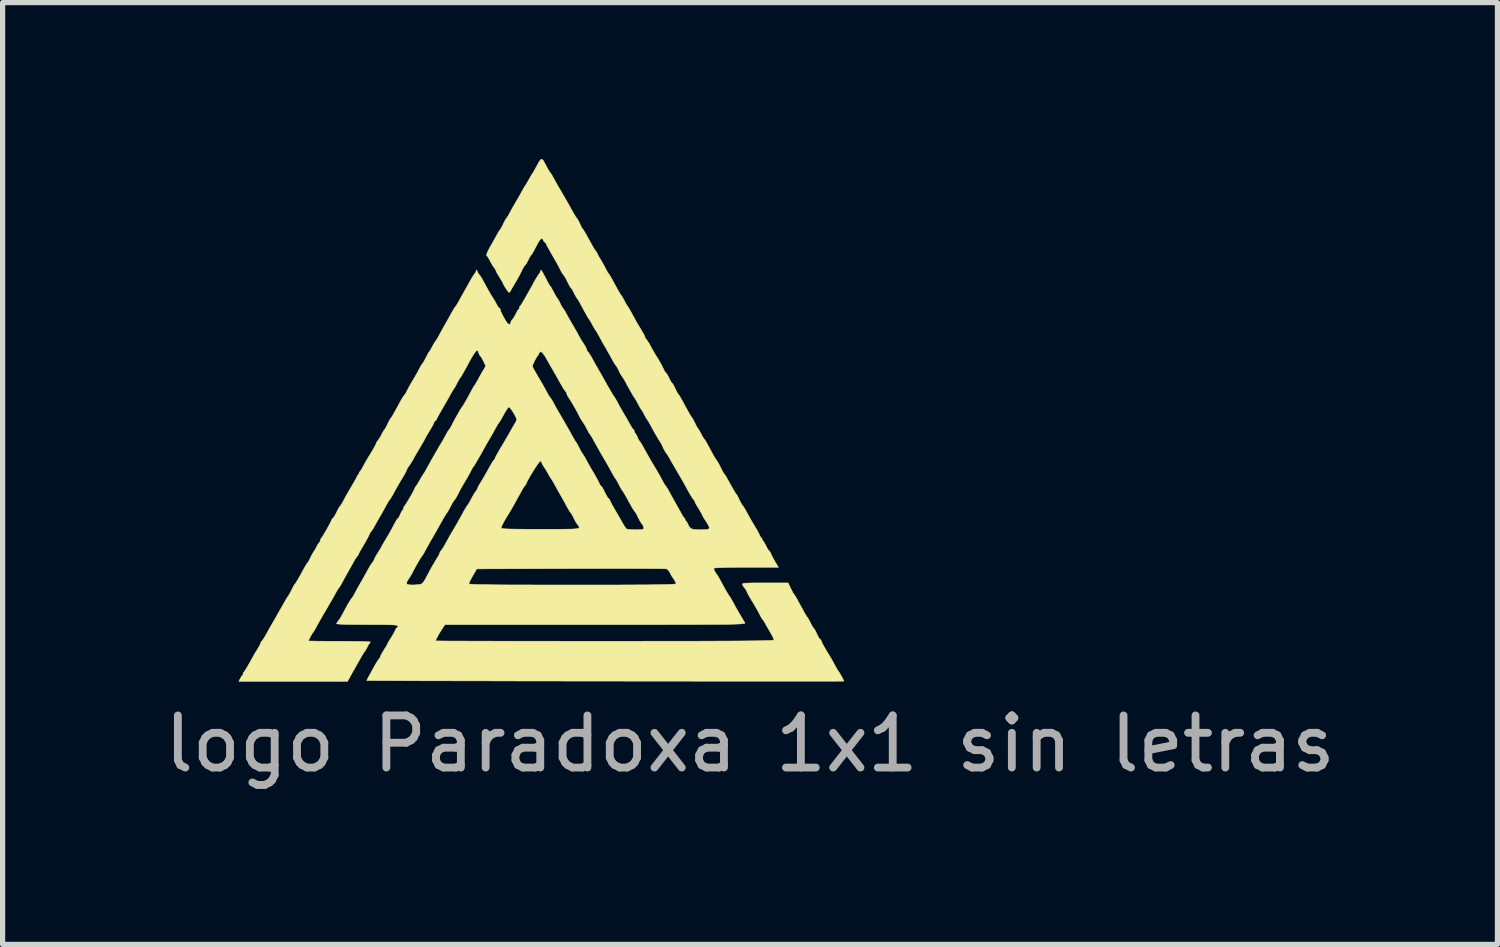
<source format=kicad_pcb>
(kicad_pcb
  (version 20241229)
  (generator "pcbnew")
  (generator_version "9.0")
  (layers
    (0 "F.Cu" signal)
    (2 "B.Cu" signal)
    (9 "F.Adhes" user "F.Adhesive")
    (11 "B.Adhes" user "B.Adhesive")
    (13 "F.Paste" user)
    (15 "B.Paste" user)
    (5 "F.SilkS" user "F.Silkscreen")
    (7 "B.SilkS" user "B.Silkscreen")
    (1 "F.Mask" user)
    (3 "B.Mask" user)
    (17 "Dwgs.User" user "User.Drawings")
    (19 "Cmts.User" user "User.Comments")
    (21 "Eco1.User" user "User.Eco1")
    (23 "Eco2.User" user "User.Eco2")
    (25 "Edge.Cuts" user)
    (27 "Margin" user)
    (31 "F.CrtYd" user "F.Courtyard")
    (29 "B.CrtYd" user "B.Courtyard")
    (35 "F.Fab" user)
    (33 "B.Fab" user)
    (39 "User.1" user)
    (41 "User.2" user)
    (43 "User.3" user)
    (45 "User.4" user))
  (footprint "logo Paradoxa 1x1 sin letras"
    (layer "F.Cu")
    (at 7.364 5.096)
    (property "Reference" "logo Paradoxa 1x1 sin letras" (at 3.975 6.125 0) (layer "F.Fab") (effects (font (size 1 1) (thickness 0.15))))
    (attr through_hole)
    (fp_poly (pts (xy 0.009 -5.066) (xy 0.043 -5.006) (xy 0.074 -4.946) (xy 0.105 -4.889) (xy 0.13 -4.849) (xy 0.14 -4.836) (xy 0.157 -4.814) (xy 0.185 -4.768) (xy 0.208 -4.726) (xy 0.245 -4.658) (xy 0.28 -4.595) (xy 0.296 -4.569) (xy 0.382 -4.421) (xy 0.458 -4.29) (xy 0.52 -4.18) (xy 0.566 -4.098) (xy 0.571 -4.088) (xy 0.605 -4.029) (xy 0.634 -3.983) (xy 0.647 -3.966) (xy 0.669 -3.935) (xy 0.697 -3.882) (xy 0.71 -3.855) (xy 0.735 -3.801) (xy 0.755 -3.765) (xy 0.762 -3.757) (xy 0.773 -3.744) (xy 0.792 -3.714) (xy 0.822 -3.663) (xy 0.865 -3.586) (xy 0.925 -3.478) (xy 0.936 -3.457) (xy 0.973 -3.393) (xy 1.003 -3.345) (xy 1.022 -3.321) (xy 1.023 -3.321) (xy 1.039 -3.298) (xy 1.039 -3.295) (xy 1.049 -3.269) (xy 1.075 -3.222) (xy 1.093 -3.192) (xy 1.135 -3.122) (xy 1.18 -3.041) (xy 1.197 -3.008) (xy 1.226 -2.951) (xy 1.25 -2.91) (xy 1.26 -2.898) (xy 1.276 -2.876) (xy 1.304 -2.83) (xy 1.331 -2.782) (xy 1.372 -2.707) (xy 1.413 -2.631) (xy 1.433 -2.594) (xy 1.466 -2.537) (xy 1.495 -2.491) (xy 1.503 -2.481) (xy 1.528 -2.443) (xy 1.559 -2.387) (xy 1.569 -2.368) (xy 1.595 -2.317) (xy 1.616 -2.284) (xy 1.621 -2.278) (xy 1.636 -2.256) (xy 1.664 -2.21) (xy 1.691 -2.162) (xy 1.744 -2.065) (xy 1.784 -1.991) (xy 1.82 -1.929) (xy 1.857 -1.868) (xy 1.887 -1.818) (xy 1.923 -1.757) (xy 1.949 -1.708) (xy 1.958 -1.682) (xy 1.971 -1.652) (xy 1.986 -1.634) (xy 2.011 -1.601) (xy 2.045 -1.547) (xy 2.066 -1.507) (xy 2.1 -1.444) (xy 2.131 -1.391) (xy 2.143 -1.369) (xy 2.226 -1.235) (xy 2.284 -1.132) (xy 2.317 -1.064) (xy 2.338 -1.021) (xy 2.355 -1) (xy 2.357 -0.999) (xy 2.373 -0.983) (xy 2.398 -0.94) (xy 2.418 -0.899) (xy 2.446 -0.844) (xy 2.468 -0.808) (xy 2.477 -0.799) (xy 2.491 -0.783) (xy 2.515 -0.74) (xy 2.538 -0.694) (xy 2.566 -0.636) (xy 2.59 -0.594) (xy 2.601 -0.579) (xy 2.609 -0.571) (xy 2.622 -0.551) (xy 2.643 -0.515) (xy 2.675 -0.458) (xy 2.72 -0.376) (xy 2.781 -0.265) (xy 2.789 -0.25) (xy 2.821 -0.194) (xy 2.846 -0.153) (xy 2.857 -0.14) (xy 2.872 -0.118) (xy 2.898 -0.071) (xy 2.918 -0.03) (xy 2.946 0.027) (xy 2.969 0.068) (xy 2.979 0.08) (xy 2.995 0.102) (xy 3.021 0.148) (xy 3.038 0.18) (xy 3.066 0.234) (xy 3.09 0.271) (xy 3.098 0.28) (xy 3.114 0.301) (xy 3.142 0.348) (xy 3.177 0.411) (xy 3.18 0.416) (xy 3.233 0.516) (xy 3.272 0.587) (xy 3.3 0.636) (xy 3.321 0.668) (xy 3.338 0.69) (xy 3.36 0.725) (xy 3.391 0.782) (xy 3.412 0.825) (xy 3.44 0.883) (xy 3.464 0.925) (xy 3.475 0.939) (xy 3.492 0.961) (xy 3.521 1.007) (xy 3.55 1.059) (xy 3.617 1.18) (xy 3.667 1.267) (xy 3.699 1.32) (xy 3.715 1.339) (xy 3.73 1.362) (xy 3.754 1.408) (xy 3.767 1.437) (xy 3.795 1.494) (xy 3.821 1.537) (xy 3.829 1.548) (xy 3.851 1.578) (xy 3.883 1.63) (xy 3.906 1.67) (xy 3.963 1.775) (xy 4.013 1.863) (xy 4.067 1.953) (xy 4.089 1.99) (xy 4.126 2.053) (xy 4.154 2.108) (xy 4.166 2.135) (xy 4.184 2.169) (xy 4.199 2.178) (xy 4.21 2.191) (xy 4.207 2.198) (xy 4.206 2.217) (xy 4.212 2.218) (xy 4.23 2.235) (xy 4.256 2.278) (xy 4.277 2.318) (xy 4.305 2.373) (xy 4.328 2.409) (xy 4.338 2.418) (xy 4.355 2.435) (xy 4.374 2.473) (xy 4.395 2.521) (xy 4.43 2.585) (xy 4.457 2.633) (xy 4.52 2.738) (xy 3.899 2.738) (xy 3.702 2.738) (xy 3.542 2.74) (xy 3.418 2.744) (xy 3.333 2.748) (xy 3.287 2.754) (xy 3.277 2.758) (xy 3.287 2.791) (xy 3.31 2.836) (xy 3.334 2.872) (xy 3.34 2.878) (xy 3.355 2.899) (xy 3.382 2.946) (xy 3.416 3.008) (xy 3.467 3.102) (xy 3.516 3.189) (xy 3.557 3.258) (xy 3.587 3.302) (xy 3.591 3.307) (xy 3.609 3.336) (xy 3.637 3.386) (xy 3.654 3.417) (xy 3.689 3.482) (xy 3.737 3.568) (xy 3.791 3.66) (xy 3.842 3.746) (xy 3.876 3.802) (xy 3.878 3.807) (xy 3.875 3.811) (xy 3.866 3.815) (xy 3.849 3.819) (xy 3.822 3.822) (xy 3.782 3.824) (xy 3.729 3.827) (xy 3.66 3.829) (xy 3.574 3.831) (xy 3.468 3.832) (xy 3.34 3.833) (xy 3.189 3.834) (xy 3.013 3.835) (xy 2.81 3.836) (xy 2.577 3.836) (xy 2.314 3.837) (xy 2.018 3.837) (xy 1.687 3.837) (xy 1.32 3.837) (xy 1.011 3.837) (xy -1.877 3.837) (xy -1.934 3.922) (xy -1.97 3.979) (xy -2.007 4.041) (xy -2.037 4.098) (xy -2.056 4.139) (xy -2.058 4.15) (xy -2.039 4.151) (xy -1.981 4.151) (xy -1.888 4.152) (xy -1.761 4.153) (xy -1.602 4.153) (xy -1.415 4.154) (xy -1.199 4.154) (xy -0.958 4.155) (xy -0.695 4.155) (xy -0.41 4.156) (xy -0.106 4.156) (xy 0.215 4.156) (xy 0.55 4.157) (xy 0.899 4.157) (xy 1.189 4.157) (xy 1.626 4.157) (xy 2.024 4.156) (xy 2.386 4.156) (xy 2.712 4.156) (xy 3.004 4.155) (xy 3.264 4.154) (xy 3.493 4.153) (xy 3.693 4.152) (xy 3.866 4.151) (xy 4.012 4.149) (xy 4.134 4.148) (xy 4.233 4.146) (xy 4.31 4.143) (xy 4.368 4.141) (xy 4.407 4.138) (xy 4.429 4.135) (xy 4.436 4.132) (xy 4.426 4.102) (xy 4.402 4.051) (xy 4.377 4.007) (xy 4.335 3.934) (xy 4.293 3.859) (xy 4.275 3.827) (xy 4.246 3.777) (xy 4.223 3.743) (xy 4.218 3.737) (xy 4.201 3.715) (xy 4.175 3.669) (xy 4.159 3.637) (xy 4.128 3.578) (xy 4.083 3.5) (xy 4.033 3.415) (xy 4.016 3.387) (xy 3.973 3.315) (xy 3.939 3.255) (xy 3.92 3.216) (xy 3.917 3.206) (xy 3.905 3.177) (xy 3.881 3.146) (xy 3.848 3.103) (xy 3.832 3.073) (xy 3.83 3.061) (xy 3.837 3.053) (xy 3.857 3.046) (xy 3.896 3.042) (xy 3.958 3.04) (xy 4.047 3.038) (xy 4.169 3.038) (xy 4.263 3.038) (xy 4.707 3.038) (xy 4.756 3.143) (xy 4.785 3.201) (xy 4.808 3.243) (xy 4.819 3.258) (xy 4.827 3.266) (xy 4.84 3.286) (xy 4.862 3.322) (xy 4.893 3.379) (xy 4.938 3.461) (xy 4.999 3.572) (xy 5.007 3.587) (xy 5.039 3.643) (xy 5.064 3.684) (xy 5.075 3.697) (xy 5.091 3.72) (xy 5.116 3.766) (xy 5.134 3.802) (xy 5.163 3.858) (xy 5.188 3.897) (xy 5.198 3.908) (xy 5.215 3.931) (xy 5.241 3.98) (xy 5.258 4.018) (xy 5.285 4.073) (xy 5.307 4.109) (xy 5.317 4.117) (xy 5.335 4.133) (xy 5.347 4.162) (xy 5.362 4.197) (xy 5.392 4.253) (xy 5.438 4.333) (xy 5.503 4.441) (xy 5.531 4.486) (xy 5.554 4.527) (xy 5.586 4.586) (xy 5.608 4.626) (xy 5.639 4.683) (xy 5.664 4.723) (xy 5.674 4.736) (xy 5.689 4.757) (xy 5.713 4.799) (xy 5.741 4.849) (xy 5.764 4.894) (xy 5.775 4.92) (xy 5.775 4.922) (xy 5.756 4.922) (xy 5.698 4.922) (xy 5.604 4.923) (xy 5.475 4.923) (xy 5.313 4.923) (xy 5.12 4.923) (xy 4.897 4.923) (xy 4.647 4.923) (xy 4.372 4.923) (xy 4.072 4.923) (xy 3.75 4.923) (xy 3.407 4.923) (xy 3.046 4.923) (xy 2.667 4.922) (xy 2.274 4.922) (xy 1.866 4.922) (xy 1.448 4.921) (xy 1.199 4.921) (xy 0.774 4.921) (xy 0.36 4.92) (xy -0.041 4.919) (xy -0.429 4.919) (xy -0.8 4.918) (xy -1.154 4.917) (xy -1.488 4.917) (xy -1.802 4.916) (xy -2.092 4.915) (xy -2.357 4.915) (xy -2.595 4.914) (xy -2.806 4.913) (xy -2.986 4.912) (xy -3.134 4.912) (xy -3.249 4.911) (xy -3.328 4.91) (xy -3.371 4.91) (xy -3.377 4.909) (xy -3.368 4.889) (xy -3.346 4.846) (xy -3.328 4.814) (xy -3.288 4.742) (xy -3.244 4.661) (xy -3.226 4.628) (xy -3.191 4.568) (xy -3.16 4.519) (xy -3.145 4.501) (xy -3.122 4.469) (xy -3.118 4.454) (xy -3.107 4.428) (xy -3.081 4.38) (xy -3.048 4.325) (xy -3.012 4.267) (xy -2.986 4.223) (xy -2.978 4.203) (xy -2.967 4.181) (xy -2.941 4.137) (xy -2.91 4.089) (xy -2.872 4.026) (xy -2.841 3.97) (xy -2.829 3.942) (xy -2.811 3.907) (xy -2.796 3.897) (xy -2.78 3.881) (xy -2.778 3.867) (xy -2.782 3.858) (xy -2.798 3.851) (xy -2.829 3.846) (xy -2.879 3.842) (xy -2.954 3.84) (xy -3.055 3.838) (xy -3.188 3.837) (xy -3.357 3.837) (xy -3.367 3.837) (xy -3.516 3.836) (xy -3.651 3.835) (xy -3.768 3.833) (xy -3.86 3.83) (xy -3.924 3.826) (xy -3.955 3.822) (xy -3.957 3.821) (xy -3.945 3.795) (xy -3.922 3.766) (xy -3.894 3.727) (xy -3.858 3.667) (xy -3.831 3.617) (xy -3.781 3.523) (xy -3.733 3.437) (xy -3.692 3.369) (xy -3.662 3.327) (xy -3.66 3.325) (xy -3.64 3.296) (xy -3.61 3.244) (xy -3.589 3.205) (xy -3.55 3.133) (xy -3.503 3.049) (xy -3.502 3.047) (xy -2.616 3.047) (xy -2.597 3.068) (xy -2.544 3.076) (xy -2.483 3.077) (xy -2.409 3.073) (xy -2.349 3.064) (xy -2.318 3.053) (xy -1.419 3.053) (xy -1.412 3.057) (xy -1.389 3.061) (xy -1.348 3.064) (xy -1.287 3.067) (xy -1.205 3.069) (xy -1.099 3.071) (xy -0.967 3.073) (xy -0.807 3.075) (xy -0.618 3.076) (xy -0.398 3.076) (xy -0.144 3.077) (xy 0.146 3.077) (xy 0.473 3.078) (xy 0.57 3.078) (xy 0.904 3.077) (xy 1.201 3.077) (xy 1.462 3.077) (xy 1.689 3.076) (xy 1.885 3.075) (xy 2.051 3.074) (xy 2.189 3.072) (xy 2.302 3.07) (xy 2.391 3.068) (xy 2.459 3.065) (xy 2.507 3.062) (xy 2.539 3.059) (xy 2.555 3.055) (xy 2.558 3.051) (xy 2.547 3.02) (xy 2.519 2.973) (xy 2.51 2.96) (xy 2.471 2.901) (xy 2.44 2.842) (xy 2.437 2.836) (xy 2.408 2.791) (xy 2.371 2.767) (xy 2.345 2.766) (xy 2.282 2.764) (xy 2.185 2.763) (xy 2.056 2.762) (xy 1.9 2.762) (xy 1.718 2.761) (xy 1.513 2.761) (xy 1.289 2.761) (xy 1.048 2.761) (xy 0.794 2.762) (xy 0.53 2.762) (xy -1.268 2.768) (xy -1.343 2.898) (xy -1.38 2.964) (xy -1.407 3.018) (xy -1.419 3.05) (xy -1.419 3.053) (xy -2.318 3.053) (xy -2.317 3.052) (xy -2.286 3.017) (xy -2.255 2.968) (xy -2.255 2.968) (xy -2.196 2.856) (xy -2.138 2.748) (xy -2.084 2.654) (xy -2.041 2.582) (xy -2.027 2.56) (xy -1.997 2.511) (xy -1.98 2.474) (xy -1.978 2.467) (xy -1.966 2.437) (xy -1.943 2.407) (xy -1.913 2.366) (xy -1.878 2.307) (xy -1.863 2.278) (xy -1.828 2.214) (xy -1.783 2.133) (xy -1.739 2.058) (xy -1.705 2.002) (xy -1.694 1.983) (xy -0.799 1.983) (xy -0.792 1.99) (xy -0.768 1.995) (xy -0.724 2) (xy -0.657 2.003) (xy -0.564 2.005) (xy -0.441 2.007) (xy -0.285 2.008) (xy -0.093 2.008) (xy -0.05 2.008) (xy 0.144 2.008) (xy 0.301 2.008) (xy 0.426 2.007) (xy 0.522 2.005) (xy 0.593 2.003) (xy 0.642 1.999) (xy 0.674 1.994) (xy 0.692 1.988) (xy 0.699 1.981) (xy 0.699 1.976) (xy 0.685 1.936) (xy 0.669 1.918) (xy 0.644 1.886) (xy 0.613 1.832) (xy 0.599 1.802) (xy 0.572 1.747) (xy 0.549 1.708) (xy 0.541 1.699) (xy 0.524 1.677) (xy 0.495 1.63) (xy 0.461 1.569) (xy 0.417 1.487) (xy 0.369 1.401) (xy 0.339 1.349) (xy 0.294 1.27) (xy 0.246 1.184) (xy 0.227 1.149) (xy 0.196 1.093) (xy 0.172 1.052) (xy 0.162 1.039) (xy 0.146 1.017) (xy 0.119 0.972) (xy 0.102 0.939) (xy 0.065 0.876) (xy 0.029 0.819) (xy 0.017 0.802) (xy -0.01 0.759) (xy -0.02 0.727) (xy -0.036 0.702) (xy -0.048 0.699) (xy -0.066 0.716) (xy -0.099 0.759) (xy -0.141 0.821) (xy -0.187 0.894) (xy -0.233 0.969) (xy -0.274 1.04) (xy -0.304 1.098) (xy -0.319 1.134) (xy -0.32 1.139) (xy -0.335 1.162) (xy -0.336 1.162) (xy -0.351 1.179) (xy -0.379 1.221) (xy -0.42 1.293) (xy -0.477 1.396) (xy -0.533 1.499) (xy -0.571 1.567) (xy -0.618 1.648) (xy -0.649 1.699) (xy -0.72 1.815) (xy -0.767 1.901) (xy -0.794 1.958) (xy -0.799 1.983) (xy -1.694 1.983) (xy -1.677 1.954) (xy -1.649 1.905) (xy -1.617 1.848) (xy -1.575 1.773) (xy -1.52 1.672) (xy -1.518 1.669) (xy -1.483 1.607) (xy -1.454 1.56) (xy -1.438 1.539) (xy -1.438 1.539) (xy -1.422 1.517) (xy -1.395 1.47) (xy -1.369 1.42) (xy -1.335 1.357) (xy -1.304 1.306) (xy -1.287 1.284) (xy -1.264 1.252) (xy -1.259 1.238) (xy -1.249 1.213) (xy -1.224 1.165) (xy -1.194 1.114) (xy -1.134 1.014) (xy -1.083 0.926) (xy -1.03 0.83) (xy -1.008 0.789) (xy -0.975 0.734) (xy -0.949 0.694) (xy -0.937 0.683) (xy -0.919 0.66) (xy -0.918 0.653) (xy -0.908 0.627) (xy -0.881 0.575) (xy -0.842 0.506) (xy -0.809 0.45) (xy -0.755 0.36) (xy -0.702 0.268) (xy -0.656 0.19) (xy -0.639 0.16) (xy -0.6 0.09) (xy -0.562 0.024) (xy -0.541 -0.01) (xy -0.514 -0.058) (xy -0.501 -0.094) (xy -0.501 -0.097) (xy -0.51 -0.129) (xy -0.535 -0.179) (xy -0.568 -0.237) (xy -0.604 -0.29) (xy -0.634 -0.327) (xy -0.65 -0.339) (xy -0.669 -0.323) (xy -0.699 -0.279) (xy -0.737 -0.217) (xy -0.749 -0.195) (xy -0.786 -0.127) (xy -0.818 -0.073) (xy -0.837 -0.043) (xy -0.84 -0.04) (xy -0.857 -0.018) (xy -0.884 0.028) (xy -0.908 0.07) (xy -0.951 0.149) (xy -1 0.235) (xy -1.02 0.27) (xy -1.065 0.346) (xy -1.114 0.433) (xy -1.14 0.48) (xy -1.208 0.6) (xy -1.259 0.69) (xy -1.296 0.753) (xy -1.321 0.793) (xy -1.336 0.812) (xy -1.358 0.845) (xy -1.384 0.895) (xy -1.387 0.902) (xy -1.413 0.953) (xy -1.453 1.023) (xy -1.497 1.097) (xy -1.498 1.099) (xy -1.546 1.181) (xy -1.594 1.266) (xy -1.627 1.332) (xy -1.658 1.391) (xy -1.684 1.433) (xy -1.696 1.447) (xy -1.716 1.471) (xy -1.744 1.519) (xy -1.762 1.554) (xy -1.792 1.612) (xy -1.816 1.655) (xy -1.825 1.669) (xy -1.849 1.704) (xy -1.888 1.767) (xy -1.937 1.851) (xy -1.991 1.948) (xy -1.997 1.958) (xy -2.041 2.038) (xy -2.093 2.128) (xy -2.128 2.188) (xy -2.174 2.269) (xy -2.221 2.353) (xy -2.251 2.408) (xy -2.282 2.465) (xy -2.307 2.505) (xy -2.317 2.518) (xy -2.332 2.539) (xy -2.361 2.585) (xy -2.397 2.646) (xy -2.435 2.713) (xy -2.469 2.776) (xy -2.494 2.823) (xy -2.501 2.839) (xy -2.52 2.874) (xy -2.551 2.925) (xy -2.566 2.946) (xy -2.605 3.009) (xy -2.616 3.047) (xy -3.502 3.047) (xy -3.468 2.988) (xy -3.423 2.907) (xy -3.376 2.823) (xy -3.346 2.769) (xy -3.312 2.709) (xy -3.28 2.661) (xy -3.265 2.643) (xy -3.242 2.611) (xy -3.237 2.596) (xy -3.227 2.569) (xy -3.201 2.521) (xy -3.171 2.472) (xy -3.134 2.412) (xy -3.104 2.362) (xy -3.092 2.338) (xy -3.075 2.307) (xy -3.043 2.253) (xy -3.004 2.187) (xy -2.998 2.178) (xy -2.947 2.092) (xy -2.894 1.996) (xy -2.856 1.923) (xy -2.823 1.862) (xy -2.795 1.817) (xy -2.778 1.799) (xy -2.778 1.799) (xy -2.761 1.782) (xy -2.742 1.741) (xy -2.74 1.735) (xy -2.714 1.679) (xy -2.685 1.635) (xy -2.666 1.608) (xy -2.67 1.598) (xy -2.674 1.59) (xy -2.668 1.583) (xy -2.65 1.561) (xy -2.619 1.514) (xy -2.58 1.45) (xy -2.539 1.381) (xy -2.502 1.315) (xy -2.473 1.261) (xy -2.459 1.23) (xy -2.458 1.226) (xy -2.447 1.201) (xy -2.431 1.181) (xy -2.406 1.145) (xy -2.373 1.089) (xy -2.356 1.059) (xy -2.326 1.006) (xy -2.303 0.969) (xy -2.296 0.959) (xy -2.28 0.938) (xy -2.253 0.891) (xy -2.226 0.843) (xy -2.189 0.775) (xy -2.155 0.713) (xy -2.138 0.683) (xy -2.067 0.56) (xy -2.015 0.469) (xy -1.977 0.404) (xy -1.952 0.362) (xy -1.938 0.34) (xy -1.918 0.306) (xy -1.888 0.251) (xy -1.866 0.21) (xy -1.835 0.153) (xy -1.81 0.113) (xy -1.8 0.1) (xy -1.783 0.077) (xy -1.757 0.032) (xy -1.745 0.01) (xy -1.706 -0.066) (xy -1.662 -0.146) (xy -1.619 -0.222) (xy -1.583 -0.284) (xy -1.558 -0.323) (xy -1.553 -0.33) (xy -1.531 -0.361) (xy -1.497 -0.418) (xy -1.454 -0.492) (xy -1.411 -0.572) (xy -1.375 -0.639) (xy -1.346 -0.693) (xy -1.324 -0.73) (xy -1.317 -0.739) (xy -1.301 -0.761) (xy -1.274 -0.807) (xy -1.25 -0.849) (xy -1.209 -0.926) (xy -1.164 -1.005) (xy -1.145 -1.036) (xy -1.096 -1.12) (xy -0.2 -1.12) (xy -0.19 -1.096) (xy -0.164 -1.045) (xy -0.125 -0.976) (xy -0.081 -0.901) (xy -0.028 -0.812) (xy 0.021 -0.726) (xy 0.061 -0.654) (xy 0.081 -0.616) (xy 0.11 -0.563) (xy 0.133 -0.527) (xy 0.14 -0.52) (xy 0.157 -0.498) (xy 0.185 -0.452) (xy 0.208 -0.41) (xy 0.245 -0.342) (xy 0.28 -0.279) (xy 0.296 -0.252) (xy 0.386 -0.098) (xy 0.463 0.036) (xy 0.526 0.146) (xy 0.57 0.227) (xy 0.572 0.23) (xy 0.603 0.286) (xy 0.628 0.327) (xy 0.638 0.34) (xy 0.653 0.362) (xy 0.679 0.409) (xy 0.7 0.45) (xy 0.729 0.506) (xy 0.753 0.547) (xy 0.762 0.56) (xy 0.777 0.581) (xy 0.805 0.627) (xy 0.828 0.669) (xy 0.864 0.736) (xy 0.912 0.82) (xy 0.962 0.905) (xy 0.97 0.919) (xy 1.014 0.995) (xy 1.052 1.064) (xy 1.077 1.114) (xy 1.081 1.124) (xy 1.101 1.163) (xy 1.117 1.179) (xy 1.133 1.196) (xy 1.159 1.239) (xy 1.189 1.299) (xy 1.22 1.36) (xy 1.246 1.403) (xy 1.261 1.419) (xy 1.279 1.435) (xy 1.289 1.458) (xy 1.304 1.491) (xy 1.334 1.549) (xy 1.375 1.621) (xy 1.399 1.662) (xy 1.448 1.745) (xy 1.494 1.825) (xy 1.53 1.89) (xy 1.541 1.908) (xy 1.572 1.96) (xy 1.599 1.996) (xy 1.606 2.003) (xy 1.636 2.01) (xy 1.694 2.015) (xy 1.769 2.018) (xy 1.784 2.018) (xy 1.862 2.017) (xy 1.909 2.013) (xy 1.932 2.003) (xy 1.938 1.987) (xy 1.938 1.982) (xy 1.926 1.94) (xy 1.903 1.907) (xy 1.874 1.865) (xy 1.841 1.805) (xy 1.829 1.781) (xy 1.801 1.723) (xy 1.775 1.68) (xy 1.766 1.669) (xy 1.744 1.639) (xy 1.712 1.587) (xy 1.69 1.547) (xy 1.622 1.424) (xy 1.571 1.335) (xy 1.538 1.28) (xy 1.522 1.259) (xy 1.507 1.237) (xy 1.481 1.19) (xy 1.46 1.149) (xy 1.431 1.092) (xy 1.408 1.052) (xy 1.398 1.039) (xy 1.382 1.017) (xy 1.354 0.971) (xy 1.327 0.922) (xy 1.275 0.828) (xy 1.232 0.75) (xy 1.186 0.671) (xy 1.15 0.61) (xy 1.108 0.538) (xy 1.068 0.467) (xy 1.05 0.436) (xy 1.014 0.37) (xy 0.973 0.297) (xy 0.962 0.276) (xy 0.931 0.224) (xy 0.908 0.188) (xy 0.902 0.18) (xy 0.886 0.158) (xy 0.861 0.111) (xy 0.839 0.07) (xy 0.807 0.01) (xy 0.778 -0.038) (xy 0.765 -0.055) (xy 0.742 -0.089) (xy 0.711 -0.142) (xy 0.7 -0.166) (xy 0.659 -0.245) (xy 0.609 -0.335) (xy 0.558 -0.422) (xy 0.514 -0.493) (xy 0.495 -0.521) (xy 0.469 -0.563) (xy 0.46 -0.593) (xy 0.447 -0.626) (xy 0.432 -0.644) (xy 0.407 -0.677) (xy 0.373 -0.731) (xy 0.351 -0.771) (xy 0.313 -0.838) (xy 0.266 -0.923) (xy 0.218 -1.006) (xy 0.216 -1.009) (xy 0.173 -1.084) (xy 0.133 -1.154) (xy 0.104 -1.204) (xy 0.102 -1.209) (xy 0.046 -1.306) (xy 0.003 -1.368) (xy -0.03 -1.397) (xy -0.054 -1.396) (xy -0.073 -1.367) (xy -0.074 -1.364) (xy -0.092 -1.329) (xy -0.101 -1.319) (xy -0.119 -1.294) (xy -0.145 -1.247) (xy -0.172 -1.193) (xy -0.193 -1.145) (xy -0.2 -1.12) (xy -1.096 -1.12) (xy -1.094 -1.123) (xy -1.14 -1.221) (xy -1.168 -1.275) (xy -1.191 -1.311) (xy -1.2 -1.319) (xy -1.215 -1.336) (xy -1.227 -1.369) (xy -1.238 -1.403) (xy -1.251 -1.421) (xy -1.269 -1.419) (xy -1.294 -1.395) (xy -1.328 -1.347) (xy -1.374 -1.271) (xy -1.433 -1.164) (xy -1.503 -1.035) (xy -1.538 -0.973) (xy -1.569 -0.922) (xy -1.583 -0.902) (xy -1.608 -0.864) (xy -1.639 -0.808) (xy -1.649 -0.789) (xy -1.675 -0.739) (xy -1.695 -0.705) (xy -1.7 -0.699) (xy -1.715 -0.678) (xy -1.742 -0.632) (xy -1.772 -0.58) (xy -1.809 -0.512) (xy -1.859 -0.425) (xy -1.912 -0.333) (xy -1.935 -0.293) (xy -1.978 -0.218) (xy -2.013 -0.154) (xy -2.034 -0.112) (xy -2.038 -0.098) (xy -2.053 -0.08) (xy -2.057 -0.08) (xy -2.077 -0.063) (xy -2.09 -0.035) (xy -2.108 0.006) (xy -2.141 0.065) (xy -2.173 0.118) (xy -2.212 0.182) (xy -2.244 0.237) (xy -2.26 0.268) (xy -2.279 0.305) (xy -2.312 0.364) (xy -2.353 0.433) (xy -2.357 0.44) (xy -2.405 0.52) (xy -2.454 0.604) (xy -2.489 0.668) (xy -2.524 0.728) (xy -2.555 0.775) (xy -2.569 0.793) (xy -2.597 0.834) (xy -2.609 0.863) (xy -2.627 0.903) (xy -2.658 0.962) (xy -2.685 1.008) (xy -2.745 1.107) (xy -2.796 1.195) (xy -2.85 1.292) (xy -2.869 1.329) (xy -2.901 1.385) (xy -2.927 1.426) (xy -2.938 1.439) (xy -2.954 1.461) (xy -2.982 1.507) (xy -3.005 1.549) (xy -3.048 1.628) (xy -3.096 1.714) (xy -3.117 1.749) (xy -3.162 1.828) (xy -3.21 1.913) (xy -3.229 1.948) (xy -3.261 2.004) (xy -3.288 2.043) (xy -3.3 2.055) (xy -3.317 2.078) (xy -3.317 2.082) (xy -3.327 2.107) (xy -3.354 2.16) (xy -3.394 2.234) (xy -3.444 2.321) (xy -3.5 2.416) (xy -3.511 2.433) (xy -3.53 2.471) (xy -3.536 2.491) (xy -3.548 2.512) (xy -3.553 2.516) (xy -3.573 2.54) (xy -3.603 2.585) (xy -3.616 2.608) (xy -3.65 2.669) (xy -3.693 2.746) (xy -3.728 2.808) (xy -3.774 2.889) (xy -3.82 2.974) (xy -3.849 3.028) (xy -3.881 3.084) (xy -3.906 3.125) (xy -3.917 3.138) (xy -3.934 3.16) (xy -3.96 3.205) (xy -3.967 3.217) (xy -3.992 3.264) (xy -4.031 3.334) (xy -4.079 3.417) (xy -4.115 3.478) (xy -4.178 3.587) (xy -4.226 3.668) (xy -4.261 3.729) (xy -4.288 3.777) (xy -4.312 3.82) (xy -4.336 3.864) (xy -4.348 3.887) (xy -4.38 3.943) (xy -4.405 3.984) (xy -4.416 3.997) (xy -4.431 4.019) (xy -4.455 4.061) (xy -4.479 4.107) (xy -4.495 4.142) (xy -4.496 4.15) (xy -4.477 4.152) (xy -4.423 4.153) (xy -4.338 4.155) (xy -4.229 4.156) (xy -4.098 4.157) (xy -3.952 4.157) (xy -3.892 4.157) (xy -3.742 4.158) (xy -3.607 4.159) (xy -3.492 4.161) (xy -3.401 4.164) (xy -3.338 4.167) (xy -3.309 4.17) (xy -3.308 4.172) (xy -3.328 4.198) (xy -3.357 4.245) (xy -3.368 4.267) (xy -3.394 4.317) (xy -3.415 4.351) (xy -3.421 4.357) (xy -3.437 4.379) (xy -3.465 4.424) (xy -3.484 4.457) (xy -3.522 4.524) (xy -3.568 4.606) (xy -3.601 4.664) (xy -3.643 4.738) (xy -3.683 4.81) (xy -3.707 4.854) (xy -3.747 4.926) (xy -5.831 4.926) (xy -5.801 4.866) (xy -5.773 4.821) (xy -5.749 4.792) (xy -5.748 4.792) (xy -5.738 4.778) (xy -5.745 4.776) (xy -5.753 4.768) (xy -5.744 4.761) (xy -5.725 4.737) (xy -5.693 4.688) (xy -5.656 4.626) (xy -5.601 4.528) (xy -5.561 4.457) (xy -5.532 4.405) (xy -5.508 4.365) (xy -5.486 4.329) (xy -5.467 4.298) (xy -5.437 4.247) (xy -5.418 4.208) (xy -5.416 4.199) (xy -5.403 4.17) (xy -5.388 4.152) (xy -5.364 4.119) (xy -5.33 4.065) (xy -5.303 4.018) (xy -5.261 3.942) (xy -5.217 3.864) (xy -5.196 3.827) (xy -5.158 3.762) (xy -5.112 3.682) (xy -5.08 3.624) (xy -5.014 3.509) (xy -4.966 3.424) (xy -4.931 3.364) (xy -4.908 3.325) (xy -4.892 3.301) (xy -4.882 3.288) (xy -4.882 3.287) (xy -4.864 3.259) (xy -4.836 3.208) (xy -4.817 3.168) (xy -4.788 3.111) (xy -4.764 3.07) (xy -4.754 3.058) (xy -4.736 3.034) (xy -4.702 2.979) (xy -4.652 2.891) (xy -4.585 2.768) (xy -4.585 2.768) (xy -4.553 2.711) (xy -4.528 2.671) (xy -4.517 2.658) (xy -4.501 2.636) (xy -4.475 2.589) (xy -4.455 2.548) (xy -4.426 2.491) (xy -4.403 2.451) (xy -4.394 2.438) (xy -4.378 2.415) (xy -4.354 2.371) (xy -4.347 2.358) (xy -4.316 2.302) (xy -4.285 2.258) (xy -4.281 2.253) (xy -4.264 2.227) (xy -4.269 2.218) (xy -4.273 2.209) (xy -4.266 2.203) (xy -4.248 2.18) (xy -4.217 2.133) (xy -4.179 2.069) (xy -4.138 1.998) (xy -4.101 1.931) (xy -4.072 1.876) (xy -4.058 1.843) (xy -4.057 1.838) (xy -4.043 1.815) (xy -4.027 1.798) (xy -4.001 1.766) (xy -3.97 1.712) (xy -3.956 1.682) (xy -3.929 1.627) (xy -3.907 1.589) (xy -3.899 1.579) (xy -3.881 1.557) (xy -3.852 1.511) (xy -3.829 1.469) (xy -3.787 1.39) (xy -3.74 1.308) (xy -3.722 1.276) (xy -3.658 1.167) (xy -3.612 1.088) (xy -3.582 1.033) (xy -3.564 0.999) (xy -3.558 0.98) (xy -3.557 0.977) (xy -3.542 0.96) (xy -3.536 0.959) (xy -3.524 0.947) (xy -3.526 0.941) (xy -3.525 0.919) (xy -3.52 0.916) (xy -3.502 0.896) (xy -3.473 0.851) (xy -3.45 0.809) (xy -3.416 0.746) (xy -3.385 0.692) (xy -3.372 0.669) (xy -3.301 0.552) (xy -3.249 0.465) (xy -3.216 0.406) (xy -3.2 0.371) (xy -3.197 0.362) (xy -3.185 0.333) (xy -3.17 0.315) (xy -3.145 0.281) (xy -3.112 0.227) (xy -3.097 0.199) (xy -3.069 0.145) (xy -3.046 0.109) (xy -3.039 0.1) (xy -3.023 0.078) (xy -2.998 0.031) (xy -2.978 -0.01) (xy -2.949 -0.067) (xy -2.926 -0.108) (xy -2.917 -0.12) (xy -2.9 -0.142) (xy -2.872 -0.188) (xy -2.849 -0.23) (xy -2.786 -0.345) (xy -2.74 -0.43) (xy -2.707 -0.489) (xy -2.684 -0.526) (xy -2.67 -0.548) (xy -2.661 -0.558) (xy -2.659 -0.559) (xy -2.642 -0.582) (xy -2.615 -0.628) (xy -2.599 -0.659) (xy -2.564 -0.728) (xy -2.518 -0.808) (xy -2.487 -0.859) (xy -2.443 -0.934) (xy -2.4 -1.01) (xy -2.378 -1.053) (xy -2.348 -1.11) (xy -2.321 -1.153) (xy -2.313 -1.163) (xy -2.29 -1.195) (xy -2.26 -1.249) (xy -2.24 -1.289) (xy -2.211 -1.346) (xy -2.187 -1.386) (xy -2.178 -1.399) (xy -2.161 -1.421) (xy -2.135 -1.467) (xy -2.118 -1.499) (xy -2.089 -1.553) (xy -2.066 -1.59) (xy -2.058 -1.599) (xy -2.042 -1.621) (xy -2.014 -1.667) (xy -1.991 -1.709) (xy -1.952 -1.782) (xy -1.904 -1.868) (xy -1.87 -1.928) (xy -1.824 -2.009) (xy -1.777 -2.094) (xy -1.747 -2.148) (xy -1.715 -2.205) (xy -1.69 -2.245) (xy -1.679 -2.258) (xy -1.662 -2.28) (xy -1.634 -2.326) (xy -1.606 -2.375) (xy -1.564 -2.452) (xy -1.52 -2.53) (xy -1.499 -2.568) (xy -1.46 -2.637) (xy -1.415 -2.717) (xy -1.392 -2.759) (xy -1.356 -2.821) (xy -1.324 -2.871) (xy -1.307 -2.893) (xy -1.282 -2.933) (xy -1.278 -2.954) (xy -1.272 -2.967) (xy -1.258 -2.941) (xy -1.257 -2.938) (xy -1.236 -2.897) (xy -1.221 -2.878) (xy -1.203 -2.856) (xy -1.174 -2.81) (xy -1.15 -2.768) (xy -1.087 -2.652) (xy -1.039 -2.565) (xy -1.003 -2.502) (xy -0.975 -2.457) (xy -0.961 -2.438) (xy -0.929 -2.386) (xy -0.895 -2.323) (xy -0.89 -2.313) (xy -0.864 -2.267) (xy -0.842 -2.24) (xy -0.837 -2.238) (xy -0.821 -2.222) (xy -0.819 -2.212) (xy -0.808 -2.173) (xy -0.775 -2.103) (xy -0.722 -2.008) (xy -0.708 -1.984) (xy -0.674 -1.939) (xy -0.643 -1.92) (xy -0.623 -1.929) (xy -0.62 -1.948) (xy -0.606 -1.985) (xy -0.585 -2.014) (xy -0.555 -2.054) (xy -0.522 -2.112) (xy -0.512 -2.133) (xy -0.485 -2.184) (xy -0.463 -2.214) (xy -0.455 -2.218) (xy -0.446 -2.23) (xy -0.449 -2.237) (xy -0.448 -2.259) (xy -0.444 -2.262) (xy -0.427 -2.281) (xy -0.397 -2.327) (xy -0.36 -2.39) (xy -0.349 -2.408) (xy -0.308 -2.482) (xy -0.27 -2.549) (xy -0.243 -2.597) (xy -0.24 -2.601) (xy -0.214 -2.649) (xy -0.178 -2.714) (xy -0.153 -2.76) (xy -0.117 -2.821) (xy -0.085 -2.871) (xy -0.068 -2.893) (xy -0.044 -2.933) (xy -0.04 -2.954) (xy -0.037 -2.964) (xy -0.026 -2.954) (xy -0.004 -2.92) (xy 0.03 -2.857) (xy 0.079 -2.762) (xy 0.081 -2.758) (xy 0.11 -2.704) (xy 0.133 -2.667) (xy 0.141 -2.658) (xy 0.157 -2.636) (xy 0.183 -2.589) (xy 0.21 -2.538) (xy 0.242 -2.478) (xy 0.268 -2.434) (xy 0.282 -2.417) (xy 0.299 -2.393) (xy 0.323 -2.347) (xy 0.328 -2.334) (xy 0.355 -2.28) (xy 0.38 -2.24) (xy 0.384 -2.235) (xy 0.408 -2.202) (xy 0.44 -2.149) (xy 0.456 -2.118) (xy 0.491 -2.054) (xy 0.537 -1.974) (xy 0.581 -1.899) (xy 0.623 -1.826) (xy 0.662 -1.758) (xy 0.687 -1.71) (xy 0.688 -1.709) (xy 0.717 -1.656) (xy 0.757 -1.591) (xy 0.778 -1.559) (xy 0.812 -1.504) (xy 0.835 -1.461) (xy 0.839 -1.445) (xy 0.852 -1.412) (xy 0.867 -1.394) (xy 0.892 -1.361) (xy 0.926 -1.307) (xy 0.947 -1.268) (xy 0.987 -1.195) (xy 1.035 -1.11) (xy 1.07 -1.049) (xy 1.118 -0.966) (xy 1.169 -0.876) (xy 1.2 -0.819) (xy 1.257 -0.719) (xy 1.307 -0.633) (xy 1.346 -0.568) (xy 1.371 -0.531) (xy 1.372 -0.53) (xy 1.391 -0.501) (xy 1.419 -0.451) (xy 1.436 -0.42) (xy 1.47 -0.355) (xy 1.516 -0.275) (xy 1.559 -0.2) (xy 1.605 -0.123) (xy 1.648 -0.047) (xy 1.68 0.01) (xy 1.711 0.062) (xy 1.739 0.098) (xy 1.746 0.105) (xy 1.757 0.118) (xy 1.752 0.12) (xy 1.752 0.133) (xy 1.772 0.166) (xy 1.777 0.173) (xy 1.806 0.216) (xy 1.819 0.25) (xy 1.819 0.251) (xy 1.832 0.286) (xy 1.846 0.305) (xy 1.871 0.337) (xy 1.905 0.391) (xy 1.931 0.438) (xy 1.983 0.532) (xy 2.026 0.608) (xy 2.069 0.684) (xy 2.108 0.749) (xy 2.163 0.842) (xy 2.202 0.909) (xy 2.232 0.96) (xy 2.257 1.006) (xy 2.283 1.054) (xy 2.291 1.069) (xy 2.322 1.126) (xy 2.347 1.166) (xy 2.358 1.179) (xy 2.375 1.201) (xy 2.403 1.247) (xy 2.426 1.289) (xy 2.465 1.362) (xy 2.513 1.448) (xy 2.547 1.509) (xy 2.591 1.586) (xy 2.634 1.664) (xy 2.661 1.714) (xy 2.69 1.763) (xy 2.715 1.794) (xy 2.723 1.799) (xy 2.731 1.811) (xy 2.728 1.819) (xy 2.728 1.837) (xy 2.734 1.839) (xy 2.754 1.855) (xy 2.776 1.895) (xy 2.779 1.9) (xy 2.805 1.955) (xy 2.835 1.989) (xy 2.878 2.008) (xy 2.943 2.017) (xy 3.029 2.018) (xy 3.12 2.017) (xy 3.175 2.008) (xy 3.196 1.986) (xy 3.186 1.946) (xy 3.149 1.883) (xy 3.128 1.85) (xy 3.091 1.793) (xy 3.066 1.75) (xy 3.058 1.731) (xy 3.048 1.708) (xy 3.021 1.662) (xy 2.988 1.607) (xy 2.952 1.548) (xy 2.926 1.502) (xy 2.918 1.48) (xy 2.905 1.452) (xy 2.89 1.434) (xy 2.865 1.402) (xy 2.832 1.347) (xy 2.805 1.3) (xy 2.723 1.15) (xy 2.65 1.022) (xy 2.578 0.899) (xy 2.572 0.889) (xy 2.525 0.809) (xy 2.477 0.726) (xy 2.447 0.671) (xy 2.413 0.612) (xy 2.384 0.566) (xy 2.37 0.549) (xy 2.348 0.517) (xy 2.32 0.464) (xy 2.308 0.438) (xy 2.281 0.381) (xy 2.259 0.34) (xy 2.252 0.33) (xy 2.231 0.299) (xy 2.195 0.239) (xy 2.149 0.159) (xy 2.096 0.064) (xy 2.067 0.01) (xy 2.036 -0.046) (xy 2.011 -0.087) (xy 2.001 -0.1) (xy 1.985 -0.123) (xy 1.96 -0.168) (xy 1.949 -0.19) (xy 1.922 -0.24) (xy 1.902 -0.274) (xy 1.897 -0.28) (xy 1.882 -0.302) (xy 1.855 -0.348) (xy 1.827 -0.4) (xy 1.795 -0.459) (xy 1.769 -0.503) (xy 1.757 -0.52) (xy 1.742 -0.542) (xy 1.71 -0.595) (xy 1.666 -0.673) (xy 1.612 -0.771) (xy 1.577 -0.837) (xy 1.545 -0.89) (xy 1.516 -0.933) (xy 1.513 -0.937) (xy 1.487 -0.978) (xy 1.46 -1.033) (xy 1.459 -1.036) (xy 1.434 -1.088) (xy 1.41 -1.125) (xy 1.408 -1.127) (xy 1.385 -1.158) (xy 1.353 -1.211) (xy 1.331 -1.25) (xy 1.292 -1.322) (xy 1.244 -1.407) (xy 1.209 -1.469) (xy 1.162 -1.549) (xy 1.115 -1.634) (xy 1.086 -1.689) (xy 1.055 -1.745) (xy 1.031 -1.786) (xy 1.022 -1.799) (xy 1.006 -1.821) (xy 0.979 -1.866) (xy 0.961 -1.899) (xy 0.93 -1.956) (xy 0.903 -2) (xy 0.894 -2.014) (xy 0.868 -2.052) (xy 0.829 -2.12) (xy 0.779 -2.211) (xy 0.727 -2.308) (xy 0.696 -2.365) (xy 0.671 -2.405) (xy 0.66 -2.418) (xy 0.645 -2.441) (xy 0.619 -2.487) (xy 0.602 -2.522) (xy 0.574 -2.576) (xy 0.551 -2.613) (xy 0.542 -2.622) (xy 0.526 -2.642) (xy 0.5 -2.688) (xy 0.473 -2.742) (xy 0.442 -2.803) (xy 0.416 -2.849) (xy 0.401 -2.867) (xy 0.383 -2.89) (xy 0.354 -2.938) (xy 0.331 -2.983) (xy 0.297 -3.049) (xy 0.25 -3.134) (xy 0.199 -3.223) (xy 0.181 -3.254) (xy 0.137 -3.33) (xy 0.1 -3.397) (xy 0.075 -3.444) (xy 0.07 -3.459) (xy 0.052 -3.49) (xy 0.04 -3.497) (xy 0.021 -3.514) (xy 0.01 -3.537) (xy -0.007 -3.569) (xy -0.03 -3.57) (xy -0.061 -3.537) (xy -0.102 -3.47) (xy -0.13 -3.416) (xy -0.166 -3.346) (xy -0.197 -3.291) (xy -0.217 -3.261) (xy -0.221 -3.257) (xy -0.235 -3.241) (xy -0.26 -3.198) (xy -0.28 -3.158) (xy -0.308 -3.103) (xy -0.331 -3.066) (xy -0.341 -3.058) (xy -0.356 -3.041) (xy -0.381 -2.999) (xy -0.399 -2.963) (xy -0.432 -2.896) (xy -0.477 -2.813) (xy -0.52 -2.738) (xy -0.561 -2.668) (xy -0.597 -2.607) (xy -0.62 -2.566) (xy -0.621 -2.564) (xy -0.636 -2.54) (xy -0.651 -2.538) (xy -0.673 -2.562) (xy -0.702 -2.604) (xy -0.735 -2.655) (xy -0.755 -2.692) (xy -0.759 -2.702) (xy -0.769 -2.726) (xy -0.796 -2.772) (xy -0.829 -2.826) (xy -0.865 -2.886) (xy -0.891 -2.932) (xy -0.899 -2.955) (xy -0.912 -2.984) (xy -0.927 -3.003) (xy -0.951 -3.035) (xy -0.984 -3.09) (xy -1.007 -3.133) (xy -1.038 -3.19) (xy -1.065 -3.232) (xy -1.077 -3.246) (xy -1.077 -3.268) (xy -1.059 -3.314) (xy -1.028 -3.376) (xy -1.019 -3.392) (xy -0.972 -3.475) (xy -0.924 -3.56) (xy -0.888 -3.627) (xy -0.856 -3.683) (xy -0.831 -3.724) (xy -0.82 -3.737) (xy -0.805 -3.759) (xy -0.779 -3.806) (xy -0.759 -3.847) (xy -0.731 -3.904) (xy -0.708 -3.945) (xy -0.698 -3.957) (xy -0.682 -3.979) (xy -0.654 -4.025) (xy -0.631 -4.067) (xy -0.59 -4.143) (xy -0.541 -4.228) (xy -0.513 -4.277) (xy -0.468 -4.353) (xy -0.423 -4.433) (xy -0.399 -4.476) (xy -0.367 -4.535) (xy -0.338 -4.582) (xy -0.328 -4.596) (xy -0.306 -4.631) (xy -0.274 -4.686) (xy -0.258 -4.716) (xy -0.228 -4.77) (xy -0.206 -4.807) (xy -0.198 -4.816) (xy -0.184 -4.837) (xy -0.157 -4.885) (xy -0.121 -4.95) (xy -0.109 -4.972) (xy -0.07 -5.043) (xy -0.041 -5.083) (xy -0.017 -5.091) (xy 0.009 -5.066)) (stroke (width 0.01) (type solid)) (fill yes) (layer "F.SilkS")))
  (gr_rect
    (start -3 -3)
    (end 25.679 15.069)
    (stroke (width 0.1) (type default))
    (fill no)
    (layer "Edge.Cuts")))
</source>
